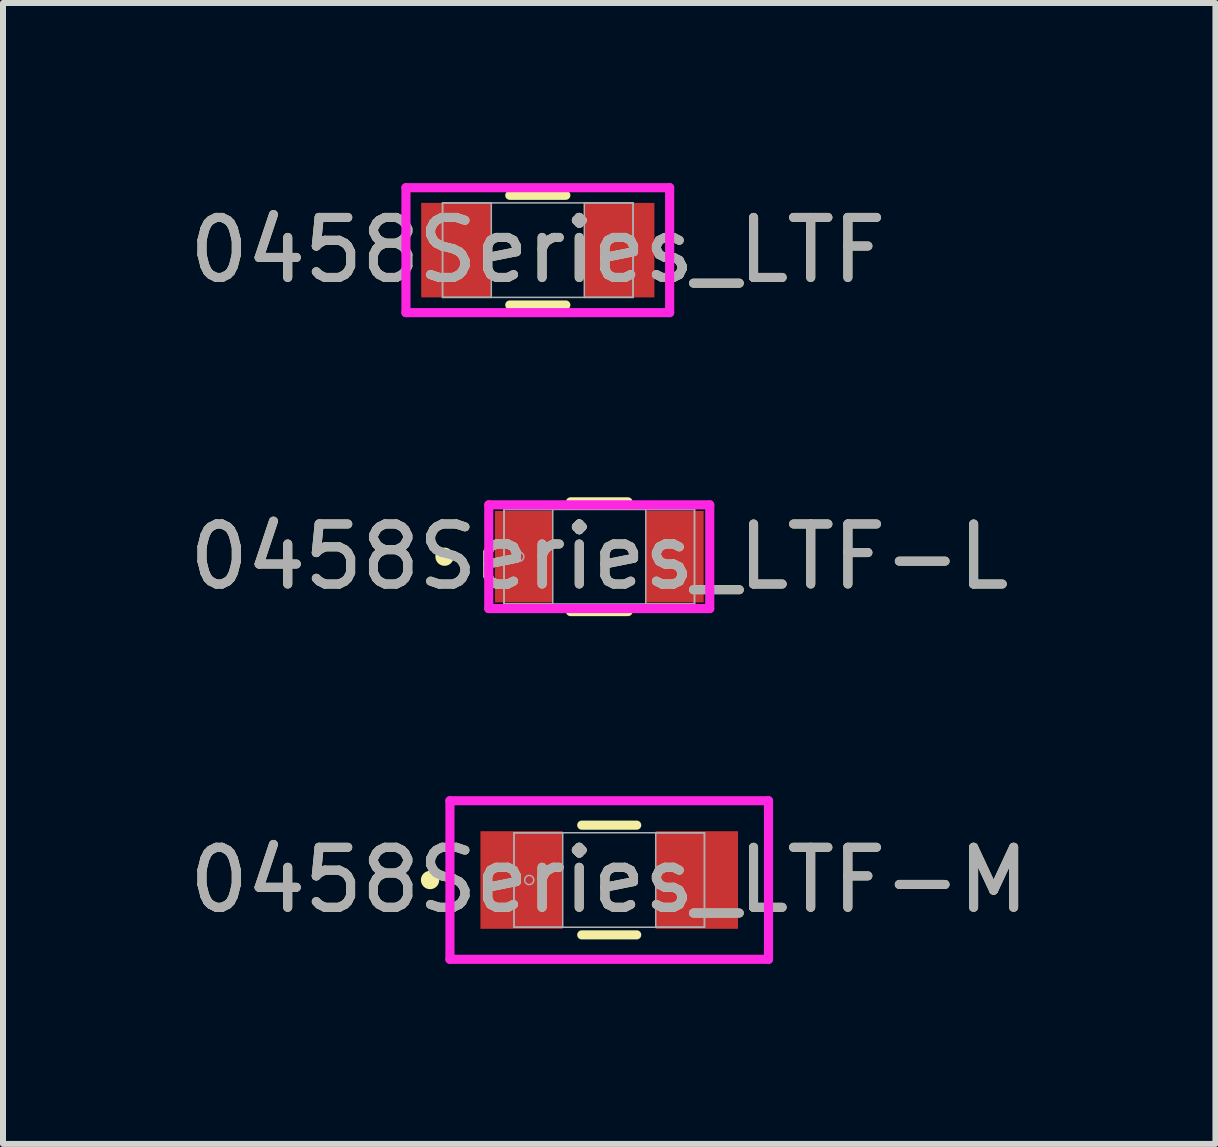
<source format=kicad_pcb>
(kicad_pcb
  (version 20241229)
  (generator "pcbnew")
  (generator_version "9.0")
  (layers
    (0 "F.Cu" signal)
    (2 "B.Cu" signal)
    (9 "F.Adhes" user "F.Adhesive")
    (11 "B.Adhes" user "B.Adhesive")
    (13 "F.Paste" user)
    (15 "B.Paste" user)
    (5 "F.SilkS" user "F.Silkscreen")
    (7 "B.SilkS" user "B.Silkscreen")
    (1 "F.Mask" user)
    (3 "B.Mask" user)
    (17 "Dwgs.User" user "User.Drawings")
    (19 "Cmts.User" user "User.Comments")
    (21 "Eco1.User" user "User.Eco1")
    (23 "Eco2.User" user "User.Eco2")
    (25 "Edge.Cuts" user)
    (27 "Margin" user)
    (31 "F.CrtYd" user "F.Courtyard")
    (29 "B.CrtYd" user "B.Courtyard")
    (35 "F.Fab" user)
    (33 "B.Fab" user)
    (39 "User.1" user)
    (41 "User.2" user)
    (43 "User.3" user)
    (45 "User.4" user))
  (footprint "0458Series_LTF"
    (layer "F.Cu")
    (at 5.911 1.118)
    (property "Reference" "0458Series_LTF" (at 0 0 0) (unlocked yes) (layer "F.SilkS") (effects (font (size 1 1) (thickness 0.15))))
    (attr smd)
    (fp_line (start -0.467 0.914) (end 0.467 0.914) (stroke (width 0.152) (type solid)) (layer "F.SilkS"))
    (fp_line (start 0.467 -0.914) (end -0.467 -0.914) (stroke (width 0.152) (type solid)) (layer "F.SilkS"))
    (fp_line (start -2.197 -1.041) (end 2.197 -1.041) (stroke (width 0.152) (type solid)) (layer "F.CrtYd"))
    (fp_line (start -2.197 1.041) (end -2.197 -1.041) (stroke (width 0.152) (type solid)) (layer "F.CrtYd"))
    (fp_line (start 2.197 -1.041) (end 2.197 1.041) (stroke (width 0.152) (type solid)) (layer "F.CrtYd"))
    (fp_line (start 2.197 1.041) (end -2.197 1.041) (stroke (width 0.152) (type solid)) (layer "F.CrtYd"))
    (fp_line (start -1.587 -0.787) (end -1.587 0.787) (stroke (width 0.025) (type solid)) (layer "F.Fab"))
    (fp_line (start -1.587 -0.787) (end -1.587 0.787) (stroke (width 0.025) (type solid)) (layer "F.Fab"))
    (fp_line (start -1.587 0.787) (end -0.775 0.787) (stroke (width 0.025) (type solid)) (layer "F.Fab"))
    (fp_line (start -1.587 0.787) (end 1.587 0.787) (stroke (width 0.025) (type solid)) (layer "F.Fab"))
    (fp_line (start -0.775 -0.787) (end -1.587 -0.787) (stroke (width 0.025) (type solid)) (layer "F.Fab"))
    (fp_line (start -0.775 0.787) (end -0.775 -0.787) (stroke (width 0.025) (type solid)) (layer "F.Fab"))
    (fp_line (start 0.775 -0.787) (end 0.775 0.787) (stroke (width 0.025) (type solid)) (layer "F.Fab"))
    (fp_line (start 0.775 0.787) (end 1.587 0.787) (stroke (width 0.025) (type solid)) (layer "F.Fab"))
    (fp_line (start 1.587 -0.787) (end -1.587 -0.787) (stroke (width 0.025) (type solid)) (layer "F.Fab"))
    (fp_line (start 1.587 -0.787) (end 0.775 -0.787) (stroke (width 0.025) (type solid)) (layer "F.Fab"))
    (fp_line (start 1.587 0.787) (end 1.587 -0.787) (stroke (width 0.025) (type solid)) (layer "F.Fab"))
    (fp_line (start 1.587 0.787) (end 1.587 -0.787) (stroke (width 0.025) (type solid)) (layer "F.Fab"))
    (fp_circle (center -1.333 0) (end -1.333 0) (stroke (width 0.025) (type solid)) (fill no) (layer "F.Fab"))
    (fp_text user "${REFERENCE}" (at 0 0 0) (unlocked yes) (layer "F.Fab") (effects (font (size 1 1) (thickness 0.15))))
    (pad "1" smd rect (at -1.359 0) (size 1.168 1.575) (layers "F.Cu" "F.Mask" "F.Paste"))
    (pad "2" smd rect (at 1.359 0) (size 1.168 1.575) (layers "F.Cu" "F.Mask" "F.Paste"))
    (zone (net_name "") (layer "F.Cu") (hatch full 0.508) (connect_pads) (min_thickness 0.254) (filled_areas_thickness no) (keepout (tracks not_allowed) (vias not_allowed) (pads allowed) (copperpour not_allowed) (footprints allowed)) (placement (enabled no)) (fill) (polygon (pts (xy 5.187 0.381) (xy 6.635 0.381) (xy 6.635 1.854) (xy 5.187 1.854)))))
  (footprint "0458Series_LTF-M"
    (layer "F.Cu")
    (at 7.101 11.613)
    (property "Reference" "0458Series_LTF-M" (at 0 0 0) (unlocked yes) (layer "F.SilkS") (effects (font (size 1 1) (thickness 0.15))))
    (attr smd)
    (fp_line (start -0.458 0.914) (end 0.458 0.914) (stroke (width 0.152) (type solid)) (layer "F.SilkS"))
    (fp_line (start 0.458 -0.914) (end -0.458 -0.914) (stroke (width 0.152) (type solid)) (layer "F.SilkS"))
    (fp_circle (center -2.985 0) (end -2.908 0) (stroke (width 0.152) (type solid)) (fill no) (layer "F.SilkS"))
    (fp_line (start -2.654 -1.321) (end 2.654 -1.321) (stroke (width 0.152) (type solid)) (layer "F.CrtYd"))
    (fp_line (start -2.654 1.321) (end -2.654 -1.321) (stroke (width 0.152) (type solid)) (layer "F.CrtYd"))
    (fp_line (start 2.654 -1.321) (end 2.654 1.321) (stroke (width 0.152) (type solid)) (layer "F.CrtYd"))
    (fp_line (start 2.654 1.321) (end -2.654 1.321) (stroke (width 0.152) (type solid)) (layer "F.CrtYd"))
    (fp_line (start -1.587 -0.787) (end -1.587 0.787) (stroke (width 0.025) (type solid)) (layer "F.Fab"))
    (fp_line (start -1.587 -0.787) (end -1.587 0.787) (stroke (width 0.025) (type solid)) (layer "F.Fab"))
    (fp_line (start -1.587 0.787) (end -0.775 0.787) (stroke (width 0.025) (type solid)) (layer "F.Fab"))
    (fp_line (start -1.587 0.787) (end 1.587 0.787) (stroke (width 0.025) (type solid)) (layer "F.Fab"))
    (fp_line (start -0.775 -0.787) (end -1.587 -0.787) (stroke (width 0.025) (type solid)) (layer "F.Fab"))
    (fp_line (start -0.775 0.787) (end -0.775 -0.787) (stroke (width 0.025) (type solid)) (layer "F.Fab"))
    (fp_line (start 0.775 -0.787) (end 0.775 0.787) (stroke (width 0.025) (type solid)) (layer "F.Fab"))
    (fp_line (start 0.775 0.787) (end 1.587 0.787) (stroke (width 0.025) (type solid)) (layer "F.Fab"))
    (fp_line (start 1.587 -0.787) (end -1.587 -0.787) (stroke (width 0.025) (type solid)) (layer "F.Fab"))
    (fp_line (start 1.587 -0.787) (end 0.775 -0.787) (stroke (width 0.025) (type solid)) (layer "F.Fab"))
    (fp_line (start 1.587 0.787) (end 1.587 -0.787) (stroke (width 0.025) (type solid)) (layer "F.Fab"))
    (fp_line (start 1.587 0.787) (end 1.587 -0.787) (stroke (width 0.025) (type solid)) (layer "F.Fab"))
    (fp_circle (center -1.333 0) (end -1.257 0) (stroke (width 0.025) (type solid)) (fill no) (layer "F.Fab"))
    (fp_text user "${REFERENCE}" (at 0 0 0) (unlocked yes) (layer "F.Fab") (effects (font (size 1 1) (thickness 0.15))))
    (pad "1" smd rect (at -1.46 0) (size 1.372 1.626) (layers "F.Cu" "F.Mask" "F.Paste"))
    (pad "2" smd rect (at 1.46 0) (size 1.372 1.626) (layers "F.Cu" "F.Mask" "F.Paste"))
    (zone (net_name "") (layer "F.Cu") (hatch full 0.508) (connect_pads) (min_thickness 0.254) (filled_areas_thickness no) (keepout (tracks not_allowed) (vias not_allowed) (pads allowed) (copperpour not_allowed) (footprints allowed)) (placement (enabled no)) (fill) (polygon (pts (xy 6.377 10.877) (xy 7.825 10.877) (xy 7.825 12.35) (xy 6.377 12.35)))))
  (footprint "0458Series_LTF-L"
    (layer "F.Cu")
    (at 6.935 6.226)
    (property "Reference" "0458Series_LTF-L" (at 0 0 0) (unlocked yes) (layer "F.SilkS") (effects (font (size 1 1) (thickness 0.15))))
    (attr smd)
    (fp_line (start -0.479 0.914) (end 0.479 0.914) (stroke (width 0.152) (type solid)) (layer "F.SilkS"))
    (fp_line (start 0.479 -0.914) (end -0.479 -0.914) (stroke (width 0.152) (type solid)) (layer "F.SilkS"))
    (fp_circle (center -2.578 0) (end -2.502 0) (stroke (width 0.152) (type solid)) (fill no) (layer "F.SilkS"))
    (fp_line (start -1.841 -0.864) (end 1.841 -0.864) (stroke (width 0.152) (type solid)) (layer "F.CrtYd"))
    (fp_line (start -1.841 0.864) (end -1.841 -0.864) (stroke (width 0.152) (type solid)) (layer "F.CrtYd"))
    (fp_line (start 1.841 -0.864) (end 1.841 0.864) (stroke (width 0.152) (type solid)) (layer "F.CrtYd"))
    (fp_line (start 1.841 0.864) (end -1.841 0.864) (stroke (width 0.152) (type solid)) (layer "F.CrtYd"))
    (fp_line (start -1.587 -0.787) (end -1.587 0.787) (stroke (width 0.025) (type solid)) (layer "F.Fab"))
    (fp_line (start -1.587 -0.787) (end -1.587 0.787) (stroke (width 0.025) (type solid)) (layer "F.Fab"))
    (fp_line (start -1.587 0.787) (end -0.775 0.787) (stroke (width 0.025) (type solid)) (layer "F.Fab"))
    (fp_line (start -1.587 0.787) (end 1.587 0.787) (stroke (width 0.025) (type solid)) (layer "F.Fab"))
    (fp_line (start -0.775 -0.787) (end -1.587 -0.787) (stroke (width 0.025) (type solid)) (layer "F.Fab"))
    (fp_line (start -0.775 0.787) (end -0.775 -0.787) (stroke (width 0.025) (type solid)) (layer "F.Fab"))
    (fp_line (start 0.775 -0.787) (end 0.775 0.787) (stroke (width 0.025) (type solid)) (layer "F.Fab"))
    (fp_line (start 0.775 0.787) (end 1.587 0.787) (stroke (width 0.025) (type solid)) (layer "F.Fab"))
    (fp_line (start 1.587 -0.787) (end -1.587 -0.787) (stroke (width 0.025) (type solid)) (layer "F.Fab"))
    (fp_line (start 1.587 -0.787) (end 0.775 -0.787) (stroke (width 0.025) (type solid)) (layer "F.Fab"))
    (fp_line (start 1.587 0.787) (end 1.587 -0.787) (stroke (width 0.025) (type solid)) (layer "F.Fab"))
    (fp_line (start 1.587 0.787) (end 1.587 -0.787) (stroke (width 0.025) (type solid)) (layer "F.Fab"))
    (fp_circle (center -1.333 0) (end -1.257 0) (stroke (width 0.025) (type solid)) (fill no) (layer "F.Fab"))
    (fp_text user "${REFERENCE}" (at 0 0 0) (unlocked yes) (layer "F.Fab") (effects (font (size 1 1) (thickness 0.15))))
    (pad "1" smd rect (at -1.257 0) (size 0.965 1.524) (layers "F.Cu" "F.Mask" "F.Paste"))
    (pad "2" smd rect (at 1.257 0) (size 0.965 1.524) (layers "F.Cu" "F.Mask" "F.Paste"))
    (zone (net_name "") (layer "F.Cu") (hatch full 0.508) (connect_pads) (min_thickness 0.254) (filled_areas_thickness no) (keepout (tracks not_allowed) (vias not_allowed) (pads allowed) (copperpour not_allowed) (footprints allowed)) (placement (enabled no)) (fill) (polygon (pts (xy 6.211 5.489) (xy 7.658 5.489) (xy 7.658 6.962) (xy 6.211 6.962)))))
  (gr_rect
    (start -3 -3)
    (end 17.202 16.01)
    (stroke (width 0.1) (type default))
    (fill no)
    (layer "Edge.Cuts")))
</source>
